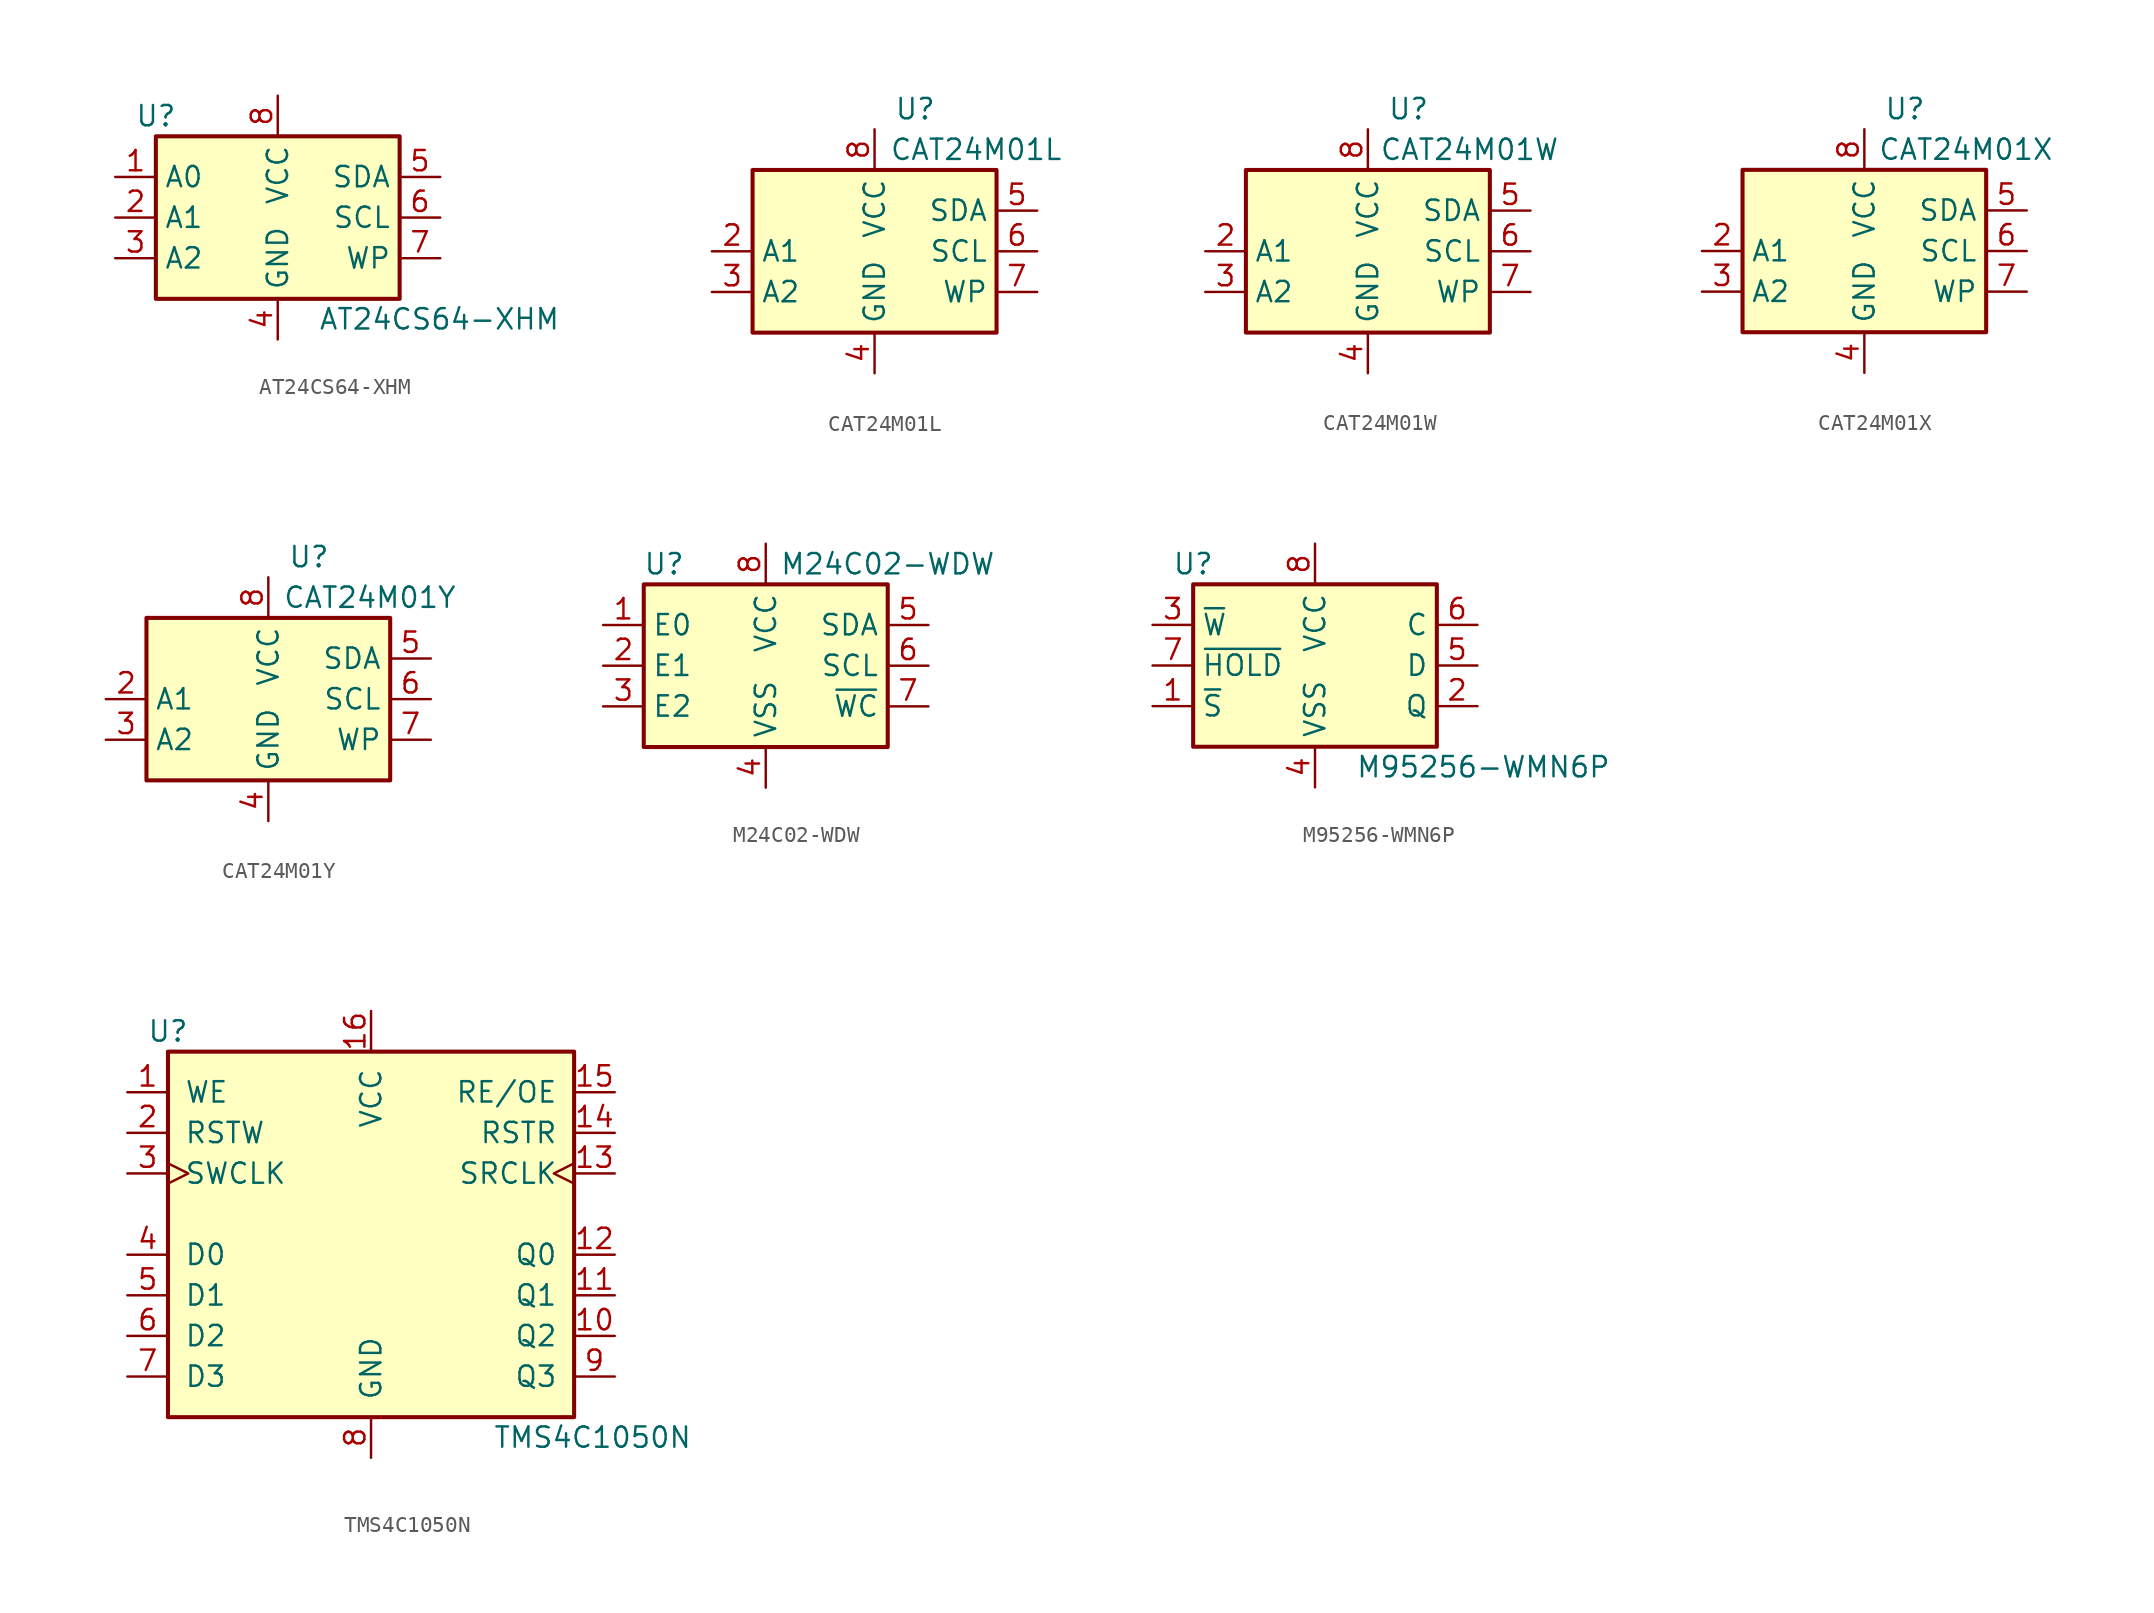
<source format=kicad_sym>
(kicad_symbol_lib
  (version 20201005)
  (generator kicad_symbol_editor)
  (symbol "Memory_EEPROM:AT24CS64-XHM"
    (property "Reference" "U"
      (at -7.62 6.35 0)
      (effects (font (size 1.27 1.27))))
    (property "Value" "AT24CS64-XHM"
      (at 2.54 -6.35 0)
      (effects (font (size 1.27 1.27)) (justify left)))
    (symbol "AT24CS64-XHM_1_1"
      (rectangle (start -7.62 5.08) (end 7.62 -5.08) (stroke (width 0.254)) (fill (type background)))
      (pin input line (at -10.16 2.54 0) (length 2.54) (name "A0" (effects (font (size 1.27 1.27)))) (number "1" (effects (font (size 1.27 1.27)))))
      (pin input line (at -10.16 0 0) (length 2.54) (name "A1" (effects (font (size 1.27 1.27)))) (number "2" (effects (font (size 1.27 1.27)))))
      (pin input line (at -10.16 -2.54 0) (length 2.54) (name "A2" (effects (font (size 1.27 1.27)))) (number "3" (effects (font (size 1.27 1.27)))))
      (pin power_in line (at 0 -7.62 90) (length 2.54) (name "GND" (effects (font (size 1.27 1.27)))) (number "4" (effects (font (size 1.27 1.27)))))
      (pin bidirectional line (at 10.16 2.54 180) (length 2.54) (name "SDA" (effects (font (size 1.27 1.27)))) (number "5" (effects (font (size 1.27 1.27)))))
      (pin input line (at 10.16 0 180) (length 2.54) (name "SCL" (effects (font (size 1.27 1.27)))) (number "6" (effects (font (size 1.27 1.27)))))
      (pin input line (at 10.16 -2.54 180) (length 2.54) (name "WP" (effects (font (size 1.27 1.27)))) (number "7" (effects (font (size 1.27 1.27)))))
      (pin power_in line (at 0 7.62 270) (length 2.54) (name "VCC" (effects (font (size 1.27 1.27)))) (number "8" (effects (font (size 1.27 1.27)))))))
  (symbol "Memory_EEPROM:CAT24M01L"
    (property "Reference" "U"
      (at 2.54 8.89 0)
      (effects (font (size 1.27 1.27))))
    (property "Value" "CAT24M01L"
      (at 6.35 6.35 0)
      (effects (font (size 1.27 1.27))))
    (symbol "CAT24M01L_1_1"
      (rectangle (start -7.62 5.08) (end 7.62 -5.08) (stroke (width 0.254)) (fill (type background)))
      (pin no_connect line (at -7.62 2.54 0) (length 2.54) hide (name "NC" (effects (font (size 1.27 1.27)))) (number "1" (effects (font (size 1.27 1.27)))))
      (pin input line (at -10.16 0 0) (length 2.54) (name "A1" (effects (font (size 1.27 1.27)))) (number "2" (effects (font (size 1.27 1.27)))))
      (pin input line (at -10.16 -2.54 0) (length 2.54) (name "A2" (effects (font (size 1.27 1.27)))) (number "3" (effects (font (size 1.27 1.27)))))
      (pin power_in line (at 0 -7.62 90) (length 2.54) (name "GND" (effects (font (size 1.27 1.27)))) (number "4" (effects (font (size 1.27 1.27)))))
      (pin bidirectional line (at 10.16 2.54 180) (length 2.54) (name "SDA" (effects (font (size 1.27 1.27)))) (number "5" (effects (font (size 1.27 1.27)))))
      (pin input line (at 10.16 0 180) (length 2.54) (name "SCL" (effects (font (size 1.27 1.27)))) (number "6" (effects (font (size 1.27 1.27)))))
      (pin input line (at 10.16 -2.54 180) (length 2.54) (name "WP" (effects (font (size 1.27 1.27)))) (number "7" (effects (font (size 1.27 1.27)))))
      (pin power_in line (at 0 7.62 270) (length 2.54) (name "VCC" (effects (font (size 1.27 1.27)))) (number "8" (effects (font (size 1.27 1.27)))))))
  (symbol "Memory_EEPROM:CAT24M01W"
    (property "Reference" "U"
      (at 2.54 8.89 0)
      (effects (font (size 1.27 1.27))))
    (property "Value" "CAT24M01W"
      (at 6.35 6.35 0)
      (effects (font (size 1.27 1.27))))
    (symbol "CAT24M01W_1_1"
      (rectangle (start -7.62 5.08) (end 7.62 -5.08) (stroke (width 0.254)) (fill (type background)))
      (pin no_connect line (at -7.62 2.54 0) (length 2.54) hide (name "NC" (effects (font (size 1.27 1.27)))) (number "1" (effects (font (size 1.27 1.27)))))
      (pin input line (at -10.16 0 0) (length 2.54) (name "A1" (effects (font (size 1.27 1.27)))) (number "2" (effects (font (size 1.27 1.27)))))
      (pin input line (at -10.16 -2.54 0) (length 2.54) (name "A2" (effects (font (size 1.27 1.27)))) (number "3" (effects (font (size 1.27 1.27)))))
      (pin power_in line (at 0 -7.62 90) (length 2.54) (name "GND" (effects (font (size 1.27 1.27)))) (number "4" (effects (font (size 1.27 1.27)))))
      (pin bidirectional line (at 10.16 2.54 180) (length 2.54) (name "SDA" (effects (font (size 1.27 1.27)))) (number "5" (effects (font (size 1.27 1.27)))))
      (pin input line (at 10.16 0 180) (length 2.54) (name "SCL" (effects (font (size 1.27 1.27)))) (number "6" (effects (font (size 1.27 1.27)))))
      (pin input line (at 10.16 -2.54 180) (length 2.54) (name "WP" (effects (font (size 1.27 1.27)))) (number "7" (effects (font (size 1.27 1.27)))))
      (pin power_in line (at 0 7.62 270) (length 2.54) (name "VCC" (effects (font (size 1.27 1.27)))) (number "8" (effects (font (size 1.27 1.27)))))))
  (symbol "Memory_EEPROM:CAT24M01X"
    (property "Reference" "U"
      (at 2.54 8.89 0)
      (effects (font (size 1.27 1.27))))
    (property "Value" "CAT24M01X"
      (at 6.35 6.35 0)
      (effects (font (size 1.27 1.27))))
    (symbol "CAT24M01X_1_1"
      (rectangle (start -7.62 5.08) (end 7.62 -5.08) (stroke (width 0.254)) (fill (type background)))
      (pin no_connect line (at -7.62 2.54 0) (length 2.54) hide (name "NC" (effects (font (size 1.27 1.27)))) (number "1" (effects (font (size 1.27 1.27)))))
      (pin input line (at -10.16 0 0) (length 2.54) (name "A1" (effects (font (size 1.27 1.27)))) (number "2" (effects (font (size 1.27 1.27)))))
      (pin input line (at -10.16 -2.54 0) (length 2.54) (name "A2" (effects (font (size 1.27 1.27)))) (number "3" (effects (font (size 1.27 1.27)))))
      (pin power_in line (at 0 -7.62 90) (length 2.54) (name "GND" (effects (font (size 1.27 1.27)))) (number "4" (effects (font (size 1.27 1.27)))))
      (pin bidirectional line (at 10.16 2.54 180) (length 2.54) (name "SDA" (effects (font (size 1.27 1.27)))) (number "5" (effects (font (size 1.27 1.27)))))
      (pin input line (at 10.16 0 180) (length 2.54) (name "SCL" (effects (font (size 1.27 1.27)))) (number "6" (effects (font (size 1.27 1.27)))))
      (pin input line (at 10.16 -2.54 180) (length 2.54) (name "WP" (effects (font (size 1.27 1.27)))) (number "7" (effects (font (size 1.27 1.27)))))
      (pin power_in line (at 0 7.62 270) (length 2.54) (name "VCC" (effects (font (size 1.27 1.27)))) (number "8" (effects (font (size 1.27 1.27)))))))
  (symbol "Memory_EEPROM:CAT24M01Y"
    (property "Reference" "U"
      (at 2.54 8.89 0)
      (effects (font (size 1.27 1.27))))
    (property "Value" "CAT24M01Y"
      (at 6.35 6.35 0)
      (effects (font (size 1.27 1.27))))
    (symbol "CAT24M01Y_1_1"
      (rectangle (start -7.62 5.08) (end 7.62 -5.08) (stroke (width 0.254)) (fill (type background)))
      (pin no_connect line (at -7.62 2.54 0) (length 2.54) hide (name "NC" (effects (font (size 1.27 1.27)))) (number "1" (effects (font (size 1.27 1.27)))))
      (pin input line (at -10.16 0 0) (length 2.54) (name "A1" (effects (font (size 1.27 1.27)))) (number "2" (effects (font (size 1.27 1.27)))))
      (pin input line (at -10.16 -2.54 0) (length 2.54) (name "A2" (effects (font (size 1.27 1.27)))) (number "3" (effects (font (size 1.27 1.27)))))
      (pin power_in line (at 0 -7.62 90) (length 2.54) (name "GND" (effects (font (size 1.27 1.27)))) (number "4" (effects (font (size 1.27 1.27)))))
      (pin bidirectional line (at 10.16 2.54 180) (length 2.54) (name "SDA" (effects (font (size 1.27 1.27)))) (number "5" (effects (font (size 1.27 1.27)))))
      (pin input line (at 10.16 0 180) (length 2.54) (name "SCL" (effects (font (size 1.27 1.27)))) (number "6" (effects (font (size 1.27 1.27)))))
      (pin input line (at 10.16 -2.54 180) (length 2.54) (name "WP" (effects (font (size 1.27 1.27)))) (number "7" (effects (font (size 1.27 1.27)))))
      (pin power_in line (at 0 7.62 270) (length 2.54) (name "VCC" (effects (font (size 1.27 1.27)))) (number "8" (effects (font (size 1.27 1.27)))))))
  (symbol "Memory_EEPROM:M24C02-WDW"
    (property "Reference" "U"
      (at -6.35 6.35 0)
      (effects (font (size 1.27 1.27))))
    (property "Value" "M24C02-WDW"
      (at 7.62 6.35 0)
      (effects (font (size 1.27 1.27))))
    (symbol "M24C02-WDW_0_1"
      (rectangle (start -7.62 5.08) (end 7.62 -5.08) (stroke (width 0.254)) (fill (type background))))
    (symbol "M24C02-WDW_1_1"
      (pin input line (at -10.16 2.54 0) (length 2.54) (name "E0" (effects (font (size 1.27 1.27)))) (number "1" (effects (font (size 1.27 1.27)))))
      (pin input line (at -10.16 0 0) (length 2.54) (name "E1" (effects (font (size 1.27 1.27)))) (number "2" (effects (font (size 1.27 1.27)))))
      (pin input line (at -10.16 -2.54 0) (length 2.54) (name "E2" (effects (font (size 1.27 1.27)))) (number "3" (effects (font (size 1.27 1.27)))))
      (pin power_in line (at 0 -7.62 90) (length 2.54) (name "VSS" (effects (font (size 1.27 1.27)))) (number "4" (effects (font (size 1.27 1.27)))))
      (pin bidirectional line (at 10.16 2.54 180) (length 2.54) (name "SDA" (effects (font (size 1.27 1.27)))) (number "5" (effects (font (size 1.27 1.27)))))
      (pin input line (at 10.16 0 180) (length 2.54) (name "SCL" (effects (font (size 1.27 1.27)))) (number "6" (effects (font (size 1.27 1.27)))))
      (pin input line (at 10.16 -2.54 180) (length 2.54) (name "~WC" (effects (font (size 1.27 1.27)))) (number "7" (effects (font (size 1.27 1.27)))))
      (pin power_in line (at 0 7.62 270) (length 2.54) (name "VCC" (effects (font (size 1.27 1.27)))) (number "8" (effects (font (size 1.27 1.27)))))))
  (symbol "Memory_EEPROM:M95256-WMN6P"
    (property "Reference" "U"
      (at -7.62 6.35 0)
      (effects (font (size 1.27 1.27))))
    (property "Value" "M95256-WMN6P"
      (at 2.54 -6.35 0)
      (effects (font (size 1.27 1.27)) (justify left)))
    (symbol "M95256-WMN6P_1_1"
      (rectangle (start -7.62 5.08) (end 7.62 -5.08) (stroke (width 0.254)) (fill (type background)))
      (pin input line (at -10.16 -2.54 0) (length 2.54) (name "~S" (effects (font (size 1.27 1.27)))) (number "1" (effects (font (size 1.27 1.27)))))
      (pin output line (at 10.16 -2.54 180) (length 2.54) (name "Q" (effects (font (size 1.27 1.27)))) (number "2" (effects (font (size 1.27 1.27)))))
      (pin input line (at -10.16 2.54 0) (length 2.54) (name "~W" (effects (font (size 1.27 1.27)))) (number "3" (effects (font (size 1.27 1.27)))))
      (pin power_in line (at 0 -7.62 90) (length 2.54) (name "VSS" (effects (font (size 1.27 1.27)))) (number "4" (effects (font (size 1.27 1.27)))))
      (pin input line (at 10.16 0 180) (length 2.54) (name "D" (effects (font (size 1.27 1.27)))) (number "5" (effects (font (size 1.27 1.27)))))
      (pin input line (at 10.16 2.54 180) (length 2.54) (name "C" (effects (font (size 1.27 1.27)))) (number "6" (effects (font (size 1.27 1.27)))))
      (pin input line (at -10.16 0 0) (length 2.54) (name "~HOLD" (effects (font (size 1.27 1.27)))) (number "7" (effects (font (size 1.27 1.27)))))
      (pin power_in line (at 0 7.62 270) (length 2.54) (name "VCC" (effects (font (size 1.27 1.27)))) (number "8" (effects (font (size 1.27 1.27)))))))
  (symbol "Memory_EEPROM:TMS4C1050N"
    (pin_names
      (offset 1.016))
    (property "Reference" "U"
      (at -12.7 11.43 0)
      (effects (font (size 1.27 1.27))))
    (property "Value" "TMS4C1050N"
      (at 7.62 -13.97 0)
      (effects (font (size 1.27 1.27)) (justify left)))
    (symbol "TMS4C1050N_1_1"
      (rectangle (start -12.7 10.16) (end 12.7 -12.7) (stroke (width 0.254)) (fill (type background)))
      (pin input line (at -15.24 7.62 0) (length 2.54) (name "WE" (effects (font (size 1.27 1.27)))) (number "1" (effects (font (size 1.27 1.27)))))
      (pin tri_state line (at 15.24 -7.62 180) (length 2.54) (name "Q2" (effects (font (size 1.27 1.27)))) (number "10" (effects (font (size 1.27 1.27)))))
      (pin tri_state line (at 15.24 -5.08 180) (length 2.54) (name "Q1" (effects (font (size 1.27 1.27)))) (number "11" (effects (font (size 1.27 1.27)))))
      (pin tri_state line (at 15.24 -2.54 180) (length 2.54) (name "Q0" (effects (font (size 1.27 1.27)))) (number "12" (effects (font (size 1.27 1.27)))))
      (pin input clock (at 15.24 2.54 180) (length 2.54) (name "SRCLK" (effects (font (size 1.27 1.27)))) (number "13" (effects (font (size 1.27 1.27)))))
      (pin input line (at 15.24 5.08 180) (length 2.54) (name "RSTR" (effects (font (size 1.27 1.27)))) (number "14" (effects (font (size 1.27 1.27)))))
      (pin input line (at 15.24 7.62 180) (length 2.54) (name "RE/OE" (effects (font (size 1.27 1.27)))) (number "15" (effects (font (size 1.27 1.27)))))
      (pin power_in line (at 0 12.7 270) (length 2.54) (name "VCC" (effects (font (size 1.27 1.27)))) (number "16" (effects (font (size 1.27 1.27)))))
      (pin input line (at -15.24 5.08 0) (length 2.54) (name "RSTW" (effects (font (size 1.27 1.27)))) (number "2" (effects (font (size 1.27 1.27)))))
      (pin input clock (at -15.24 2.54 0) (length 2.54) (name "SWCLK" (effects (font (size 1.27 1.27)))) (number "3" (effects (font (size 1.27 1.27)))))
      (pin input line (at -15.24 -2.54 0) (length 2.54) (name "D0" (effects (font (size 1.27 1.27)))) (number "4" (effects (font (size 1.27 1.27)))))
      (pin input line (at -15.24 -5.08 0) (length 2.54) (name "D1" (effects (font (size 1.27 1.27)))) (number "5" (effects (font (size 1.27 1.27)))))
      (pin input line (at -15.24 -7.62 0) (length 2.54) (name "D2" (effects (font (size 1.27 1.27)))) (number "6" (effects (font (size 1.27 1.27)))))
      (pin input line (at -15.24 -10.16 0) (length 2.54) (name "D3" (effects (font (size 1.27 1.27)))) (number "7" (effects (font (size 1.27 1.27)))))
      (pin power_in line (at 0 -15.24 90) (length 2.54) (name "GND" (effects (font (size 1.27 1.27)))) (number "8" (effects (font (size 1.27 1.27)))))
      (pin tri_state line (at 15.24 -10.16 180) (length 2.54) (name "Q3" (effects (font (size 1.27 1.27)))) (number "9" (effects (font (size 1.27 1.27))))))))
</source>
